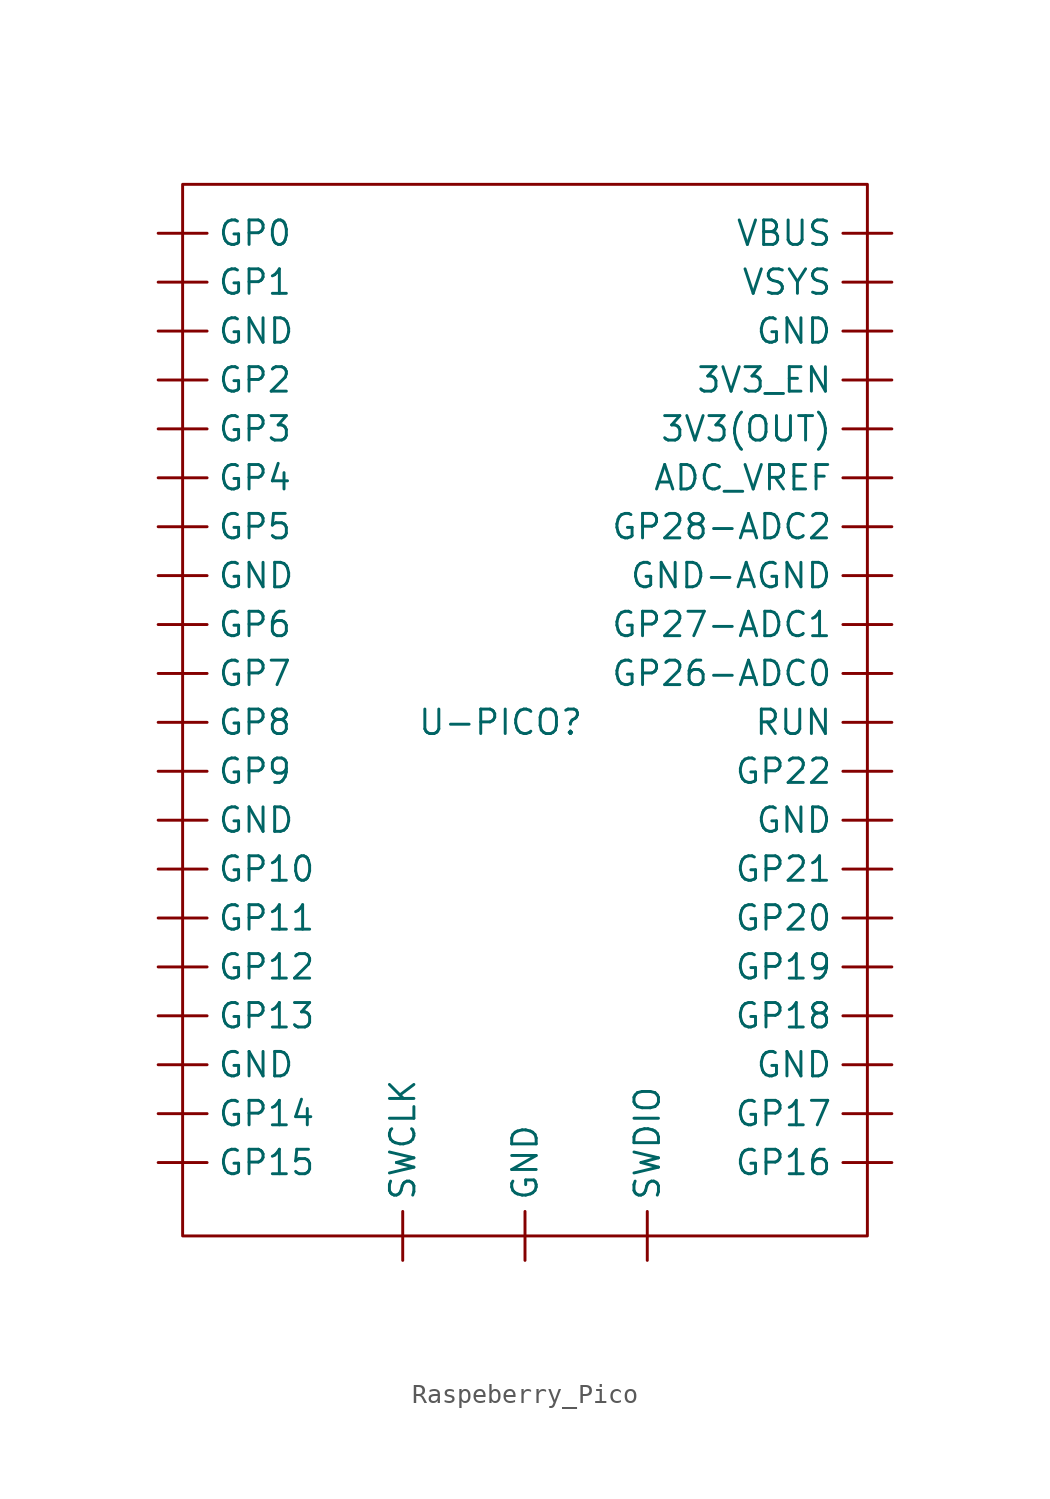
<source format=kicad_sym>
(kicad_symbol_lib
  (version 20220914)
  (generator kicad_symbol_editor)
  (symbol "Raspeberry_Pico"
    (property "Reference" "U-PICO"
      (at 13.97 -26.67 0)
      (effects (font (size 1.27 1.27))))
    (property "Value" ""
      (at 0 0 0)
      (effects (font (size 1.27 1.27))))
    (symbol "Raspeberry_Pico_0_1"
      (rectangle (start -2.54 1.27) (end 33.02 -53.34) (stroke (width 0) (type default)) (fill (type none))))
    (symbol "Raspeberry_Pico_1_1"
      (pin power_out line (at 34.29 -11.43 180) (length 2.54) (name "3V3(OUT)" (effects (font (size 1.27 1.27)))) (number "" (effects (font (size 1.27 1.27)))))
      (pin output line (at 34.29 -8.89 180) (length 2.54) (name "3V3_EN" (effects (font (size 1.27 1.27)))) (number "" (effects (font (size 1.27 1.27)))))
      (pin passive line (at 34.29 -13.97 180) (length 2.54) (name "ADC_VREF" (effects (font (size 1.27 1.27)))) (number "" (effects (font (size 1.27 1.27)))))
      (pin passive line (at -3.81 -44.45 0) (length 2.54) (name "GND" (effects (font (size 1.27 1.27)))) (number "" (effects (font (size 1.27 1.27)))))
      (pin passive line (at -3.81 -31.75 0) (length 2.54) (name "GND" (effects (font (size 1.27 1.27)))) (number "" (effects (font (size 1.27 1.27)))))
      (pin passive line (at -3.81 -19.05 0) (length 2.54) (name "GND" (effects (font (size 1.27 1.27)))) (number "" (effects (font (size 1.27 1.27)))))
      (pin passive line (at -3.81 -6.35 0) (length 2.54) (name "GND" (effects (font (size 1.27 1.27)))) (number "" (effects (font (size 1.27 1.27)))))
      (pin passive line (at 15.24 -54.61 90) (length 2.54) (name "GND" (effects (font (size 1.27 1.27)))) (number "" (effects (font (size 1.27 1.27)))))
      (pin passive line (at 34.29 -44.45 180) (length 2.54) (name "GND" (effects (font (size 1.27 1.27)))) (number "" (effects (font (size 1.27 1.27)))))
      (pin passive line (at 34.29 -31.75 180) (length 2.54) (name "GND" (effects (font (size 1.27 1.27)))) (number "" (effects (font (size 1.27 1.27)))))
      (pin passive line (at 34.29 -6.35 180) (length 2.54) (name "GND" (effects (font (size 1.27 1.27)))) (number "" (effects (font (size 1.27 1.27)))))
      (pin passive line (at 34.29 -19.05 180) (length 2.54) (name "GND-AGND" (effects (font (size 1.27 1.27)))) (number "" (effects (font (size 1.27 1.27)))))
      (pin input line (at -3.81 -1.27 0) (length 2.54) (name "GP0" (effects (font (size 1.27 1.27)))) (number "" (effects (font (size 1.27 1.27)))))
      (pin input line (at -3.81 -3.81 0) (length 2.54) (name "GP1" (effects (font (size 1.27 1.27)))) (number "" (effects (font (size 1.27 1.27)))))
      (pin input line (at -3.81 -34.29 0) (length 2.54) (name "GP10" (effects (font (size 1.27 1.27)))) (number "" (effects (font (size 1.27 1.27)))))
      (pin input line (at -3.81 -36.83 0) (length 2.54) (name "GP11" (effects (font (size 1.27 1.27)))) (number "" (effects (font (size 1.27 1.27)))))
      (pin input line (at -3.81 -39.37 0) (length 2.54) (name "GP12" (effects (font (size 1.27 1.27)))) (number "" (effects (font (size 1.27 1.27)))))
      (pin input line (at -3.81 -41.91 0) (length 2.54) (name "GP13" (effects (font (size 1.27 1.27)))) (number "" (effects (font (size 1.27 1.27)))))
      (pin input line (at -3.81 -46.99 0) (length 2.54) (name "GP14" (effects (font (size 1.27 1.27)))) (number "" (effects (font (size 1.27 1.27)))))
      (pin input line (at -3.81 -49.53 0) (length 2.54) (name "GP15" (effects (font (size 1.27 1.27)))) (number "" (effects (font (size 1.27 1.27)))))
      (pin input line (at 34.29 -49.53 180) (length 2.54) (name "GP16" (effects (font (size 1.27 1.27)))) (number "" (effects (font (size 1.27 1.27)))))
      (pin input line (at 34.29 -46.99 180) (length 2.54) (name "GP17" (effects (font (size 1.27 1.27)))) (number "" (effects (font (size 1.27 1.27)))))
      (pin input line (at 34.29 -41.91 180) (length 2.54) (name "GP18" (effects (font (size 1.27 1.27)))) (number "" (effects (font (size 1.27 1.27)))))
      (pin input line (at 34.29 -39.37 180) (length 2.54) (name "GP19" (effects (font (size 1.27 1.27)))) (number "" (effects (font (size 1.27 1.27)))))
      (pin input line (at -3.81 -8.89 0) (length 2.54) (name "GP2" (effects (font (size 1.27 1.27)))) (number "" (effects (font (size 1.27 1.27)))))
      (pin input line (at 34.29 -36.83 180) (length 2.54) (name "GP20" (effects (font (size 1.27 1.27)))) (number "" (effects (font (size 1.27 1.27)))))
      (pin input line (at 34.29 -34.29 180) (length 2.54) (name "GP21" (effects (font (size 1.27 1.27)))) (number "" (effects (font (size 1.27 1.27)))))
      (pin input line (at 34.29 -29.21 180) (length 2.54) (name "GP22" (effects (font (size 1.27 1.27)))) (number "" (effects (font (size 1.27 1.27)))))
      (pin input line (at 34.29 -24.13 180) (length 2.54) (name "GP26-ADC0" (effects (font (size 1.27 1.27)))) (number "" (effects (font (size 1.27 1.27)))))
      (pin input line (at 34.29 -21.59 180) (length 2.54) (name "GP27-ADC1" (effects (font (size 1.27 1.27)))) (number "" (effects (font (size 1.27 1.27)))))
      (pin input line (at 34.29 -16.51 180) (length 2.54) (name "GP28-ADC2" (effects (font (size 1.27 1.27)))) (number "" (effects (font (size 1.27 1.27)))))
      (pin input line (at -3.81 -11.43 0) (length 2.54) (name "GP3" (effects (font (size 1.27 1.27)))) (number "" (effects (font (size 1.27 1.27)))))
      (pin input line (at -3.81 -13.97 0) (length 2.54) (name "GP4" (effects (font (size 1.27 1.27)))) (number "" (effects (font (size 1.27 1.27)))))
      (pin input line (at -3.81 -16.51 0) (length 2.54) (name "GP5" (effects (font (size 1.27 1.27)))) (number "" (effects (font (size 1.27 1.27)))))
      (pin input line (at -3.81 -21.59 0) (length 2.54) (name "GP6" (effects (font (size 1.27 1.27)))) (number "" (effects (font (size 1.27 1.27)))))
      (pin input line (at -3.81 -24.13 0) (length 2.54) (name "GP7" (effects (font (size 1.27 1.27)))) (number "" (effects (font (size 1.27 1.27)))))
      (pin input line (at -3.81 -26.67 0) (length 2.54) (name "GP8" (effects (font (size 1.27 1.27)))) (number "" (effects (font (size 1.27 1.27)))))
      (pin input line (at -3.81 -29.21 0) (length 2.54) (name "GP9" (effects (font (size 1.27 1.27)))) (number "" (effects (font (size 1.27 1.27)))))
      (pin input line (at 34.29 -26.67 180) (length 2.54) (name "RUN" (effects (font (size 1.27 1.27)))) (number "" (effects (font (size 1.27 1.27)))))
      (pin input line (at 8.89 -54.61 90) (length 2.54) (name "SWCLK" (effects (font (size 1.27 1.27)))) (number "" (effects (font (size 1.27 1.27)))))
      (pin input line (at 21.59 -54.61 90) (length 2.54) (name "SWDIO" (effects (font (size 1.27 1.27)))) (number "" (effects (font (size 1.27 1.27)))))
      (pin power_in line (at 34.29 -1.27 180) (length 2.54) (name "VBUS" (effects (font (size 1.27 1.27)))) (number "" (effects (font (size 1.27 1.27)))))
      (pin power_in line (at 34.29 -3.81 180) (length 2.54) (name "VSYS" (effects (font (size 1.27 1.27)))) (number "" (effects (font (size 1.27 1.27))))))))
</source>
